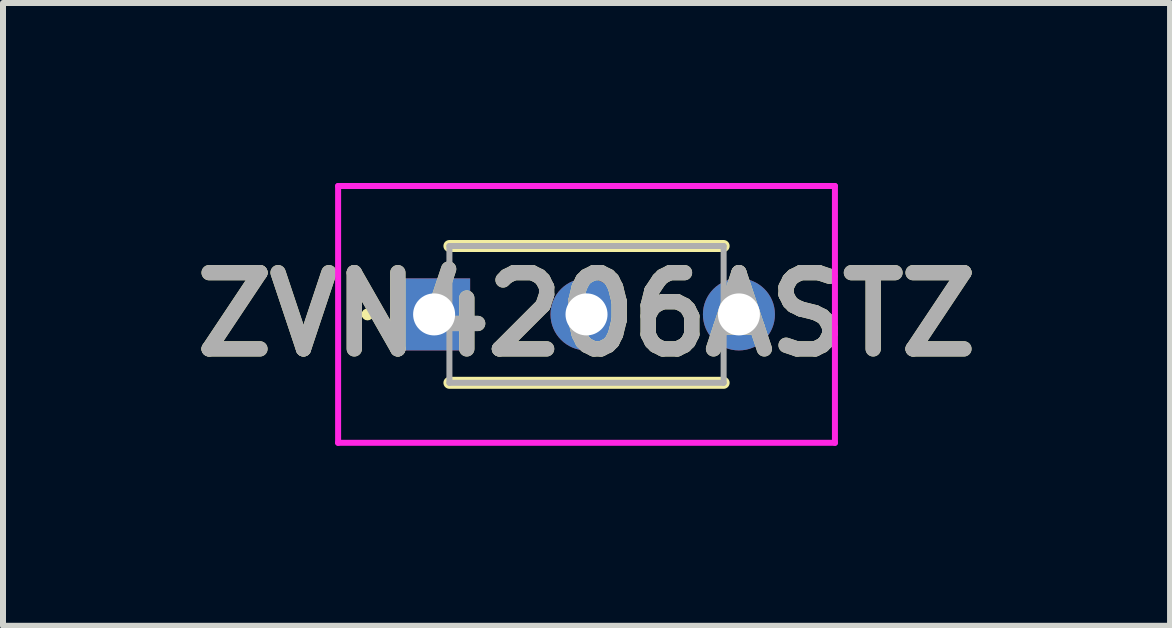
<source format=kicad_pcb>
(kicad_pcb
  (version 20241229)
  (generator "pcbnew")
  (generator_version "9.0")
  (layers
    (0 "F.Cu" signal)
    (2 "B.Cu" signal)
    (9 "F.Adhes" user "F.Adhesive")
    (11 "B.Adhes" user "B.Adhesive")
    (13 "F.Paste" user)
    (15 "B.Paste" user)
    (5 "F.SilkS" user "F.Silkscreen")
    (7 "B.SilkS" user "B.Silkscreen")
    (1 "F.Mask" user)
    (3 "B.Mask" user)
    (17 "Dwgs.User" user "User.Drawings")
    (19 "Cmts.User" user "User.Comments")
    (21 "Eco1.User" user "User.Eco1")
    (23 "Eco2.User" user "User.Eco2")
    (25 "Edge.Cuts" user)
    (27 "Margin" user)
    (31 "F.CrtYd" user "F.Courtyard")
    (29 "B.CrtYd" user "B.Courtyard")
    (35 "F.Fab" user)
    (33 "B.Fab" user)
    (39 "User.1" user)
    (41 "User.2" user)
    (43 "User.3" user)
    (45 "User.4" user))
  (footprint "ZVN4206ASTZ"
    (layer "F.Cu")
    (at 4.185 2.19)
    (property "Reference" "ZVN4206ASTZ" (at 2.54 0 0) (layer "F.SilkS") (effects (font (size 1.27 1.27) (thickness 0.254))))
    (attr through_hole)
    (fp_line (start -1.16 0) (end -1.16 0) (stroke (width 0.1) (type solid)) (layer "F.SilkS"))
    (fp_line (start -1.06 0) (end -1.06 0) (stroke (width 0.1) (type solid)) (layer "F.SilkS"))
    (fp_line (start 0.255 -1.14) (end 4.825 -1.14) (stroke (width 0.2) (type solid)) (layer "F.SilkS"))
    (fp_line (start 0.255 1.14) (end 4.825 1.14) (stroke (width 0.2) (type solid)) (layer "F.SilkS"))
    (fp_arc (start -1.16 0) (mid -1.11 -0.05) (end -1.06 0) (stroke (width 0.1) (type solid)) (layer "F.SilkS"))
    (fp_arc (start -1.06 0) (mid -1.11 0.05) (end -1.16 0) (stroke (width 0.1) (type solid)) (layer "F.SilkS"))
    (fp_line (start -1.6 -2.14) (end 6.68 -2.14) (stroke (width 0.1) (type solid)) (layer "F.CrtYd"))
    (fp_line (start -1.6 2.14) (end -1.6 -2.14) (stroke (width 0.1) (type solid)) (layer "F.CrtYd"))
    (fp_line (start 6.68 -2.14) (end 6.68 2.14) (stroke (width 0.1) (type solid)) (layer "F.CrtYd"))
    (fp_line (start 6.68 2.14) (end -1.6 2.14) (stroke (width 0.1) (type solid)) (layer "F.CrtYd"))
    (fp_line (start 0.255 -1.14) (end 4.825 -1.14) (stroke (width 0.1) (type solid)) (layer "F.Fab"))
    (fp_line (start 0.255 1.14) (end 0.255 -1.14) (stroke (width 0.1) (type solid)) (layer "F.Fab"))
    (fp_line (start 4.825 -1.14) (end 4.825 1.14) (stroke (width 0.1) (type solid)) (layer "F.Fab"))
    (fp_line (start 4.825 1.14) (end 0.255 1.14) (stroke (width 0.1) (type solid)) (layer "F.Fab"))
    (fp_text user "${REFERENCE}" (at 2.54 0 0) (layer "F.Fab") (effects (font (size 1.27 1.27) (thickness 0.254))))
    (pad "1" thru_hole rect (at 0 0) (size 1.2 1.2) (drill 0.7) (layers "*.Cu" "*.Mask"))
    (pad "2" thru_hole circle (at 2.54 0) (size 1.2 1.2) (drill 0.7) (layers "*.Cu" "*.Mask"))
    (pad "3" thru_hole circle (at 5.08 0) (size 1.2 1.2) (drill 0.7) (layers "*.Cu" "*.Mask")))
  (gr_rect
    (start -3 -3)
    (end 16.45 7.38)
    (stroke (width 0.1) (type default))
    (fill no)
    (layer "Edge.Cuts")))
</source>
